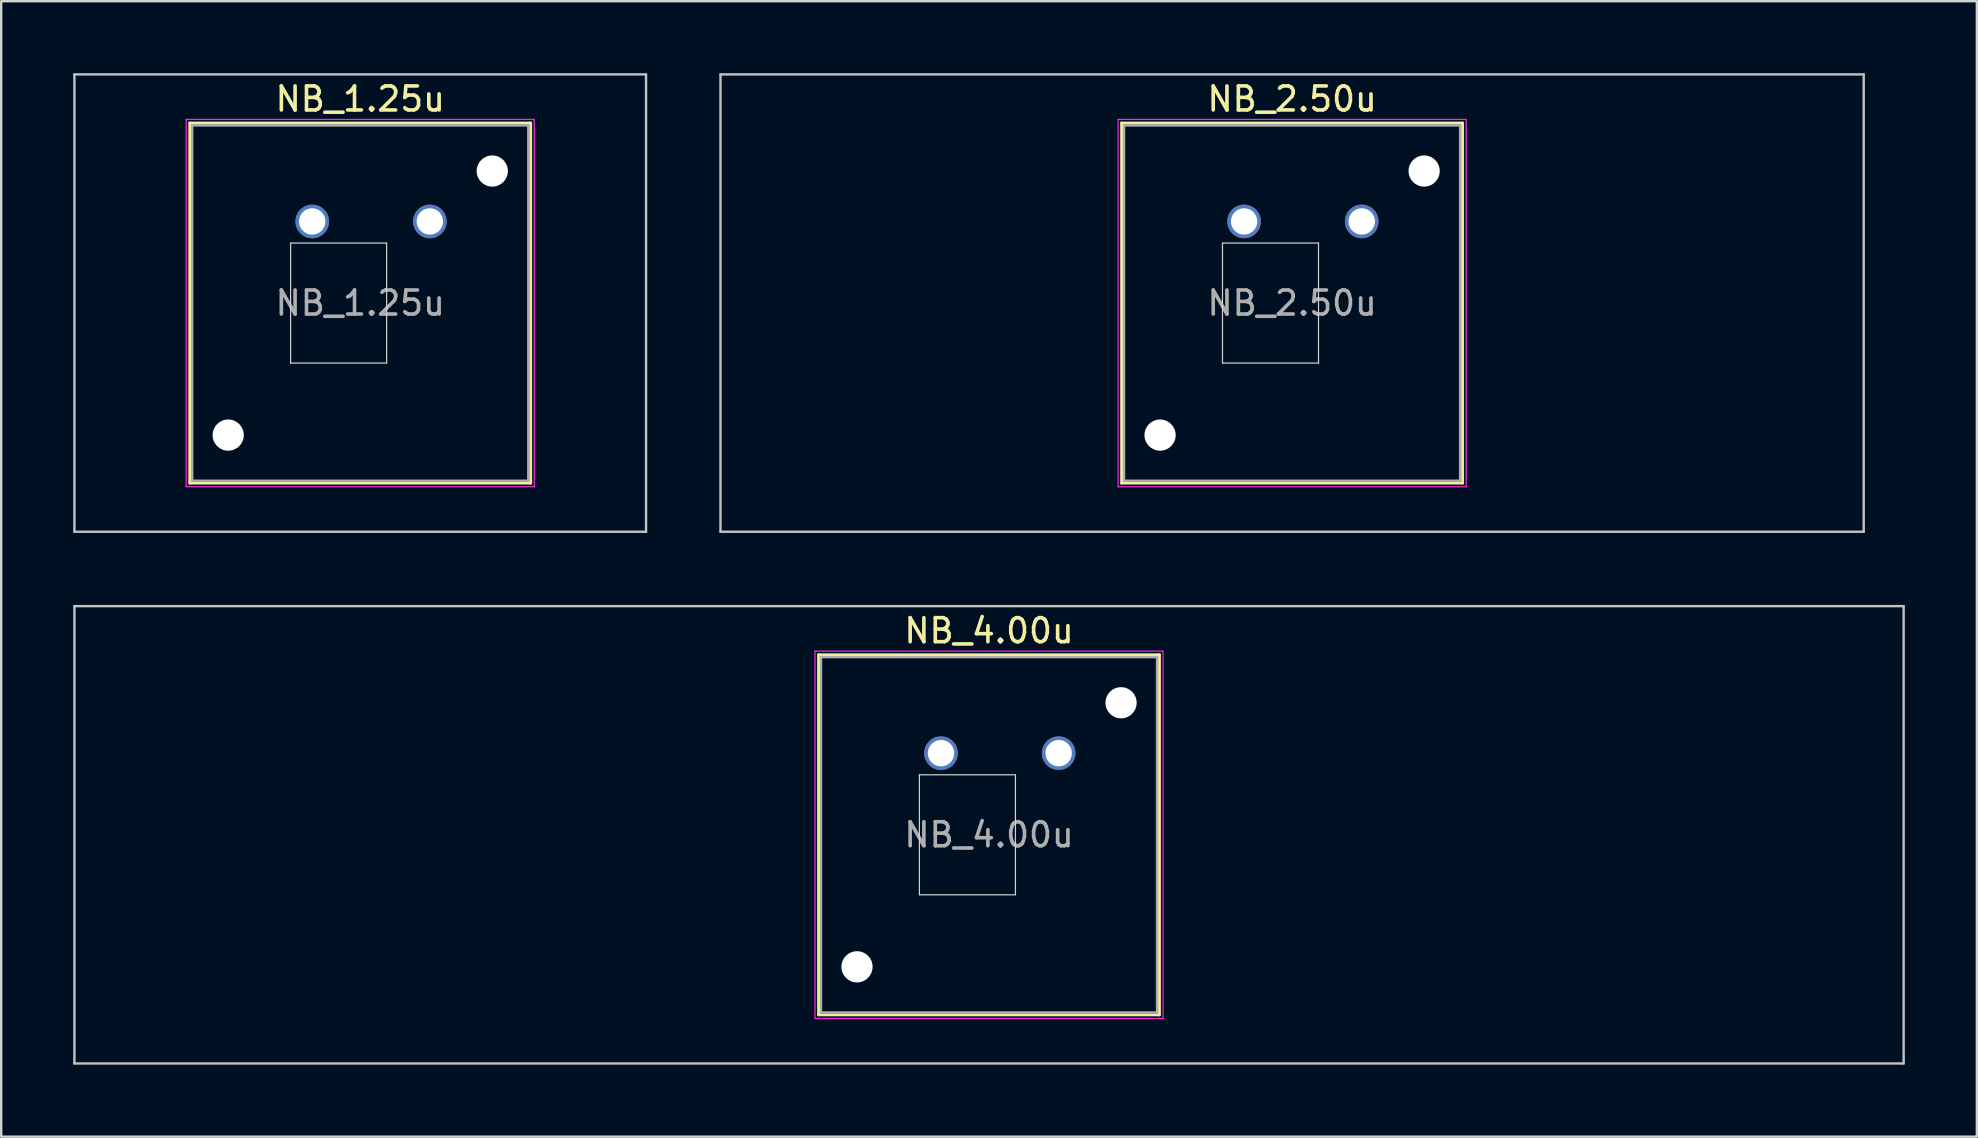
<source format=kicad_pcb>
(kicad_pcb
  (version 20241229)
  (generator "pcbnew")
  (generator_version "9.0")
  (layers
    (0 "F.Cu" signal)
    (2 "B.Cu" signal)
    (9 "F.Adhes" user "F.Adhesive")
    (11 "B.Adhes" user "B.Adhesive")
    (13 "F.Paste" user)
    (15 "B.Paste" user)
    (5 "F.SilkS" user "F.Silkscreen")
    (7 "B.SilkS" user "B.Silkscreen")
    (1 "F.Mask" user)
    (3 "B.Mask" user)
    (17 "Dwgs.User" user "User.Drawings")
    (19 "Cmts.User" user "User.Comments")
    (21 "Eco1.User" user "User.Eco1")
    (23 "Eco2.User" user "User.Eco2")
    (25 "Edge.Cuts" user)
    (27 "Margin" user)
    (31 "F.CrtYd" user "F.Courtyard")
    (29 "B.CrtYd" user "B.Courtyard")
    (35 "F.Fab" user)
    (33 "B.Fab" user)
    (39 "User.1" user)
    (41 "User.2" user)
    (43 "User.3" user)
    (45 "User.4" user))
  (footprint "NB_4.00u"
    (layer "F.Cu")
    (at 38.15 31.725)
    (property "Reference" "NB_4.00u" (at 0 -8.5 0) (layer "F.SilkS") (effects (font (size 1 1) (thickness 0.15))))
    (attr through_hole)
    (fp_line (start -7.1 -7.5) (end -7.1 7.5) (stroke (width 0.12) (type solid)) (layer "F.SilkS"))
    (fp_line (start -7.1 7.5) (end 7.1 7.5) (stroke (width 0.12) (type solid)) (layer "F.SilkS"))
    (fp_line (start 7.1 -7.5) (end -7.1 -7.5) (stroke (width 0.12) (type solid)) (layer "F.SilkS"))
    (fp_line (start 7.1 7.5) (end 7.1 -7.5) (stroke (width 0.12) (type solid)) (layer "F.SilkS"))
    (fp_line (start -38.1 -9.525) (end -38.1 9.525) (stroke (width 0.1) (type solid)) (layer "Dwgs.User"))
    (fp_line (start -38.1 9.525) (end 38.1 9.525) (stroke (width 0.1) (type solid)) (layer "Dwgs.User"))
    (fp_line (start 38.1 -9.525) (end -38.1 -9.525) (stroke (width 0.1) (type solid)) (layer "Dwgs.User"))
    (fp_line (start 38.1 9.525) (end 38.1 -9.525) (stroke (width 0.1) (type solid)) (layer "Dwgs.User"))
    (fp_line (start -8 -8) (end -8 8) (stroke (width 0.1) (type solid)) (layer "Eco1.User"))
    (fp_line (start -8 8) (end 8 8) (stroke (width 0.1) (type solid)) (layer "Eco1.User"))
    (fp_line (start 8 -8) (end -8 -8) (stroke (width 0.1) (type solid)) (layer "Eco1.User"))
    (fp_line (start 8 8) (end 8 -8) (stroke (width 0.1) (type solid)) (layer "Eco1.User"))
    (fp_line (start -2.9 -2.5) (end 1.1 -2.5) (stroke (width 0.05) (type solid)) (layer "Edge.Cuts"))
    (fp_line (start -2.9 2.5) (end -2.9 -2.5) (stroke (width 0.05) (type solid)) (layer "Edge.Cuts"))
    (fp_line (start 1.1 -2.5) (end 1.1 2.5) (stroke (width 0.05) (type solid)) (layer "Edge.Cuts"))
    (fp_line (start 1.1 2.5) (end -2.9 2.5) (stroke (width 0.05) (type solid)) (layer "Edge.Cuts"))
    (fp_line (start -7.25 -7.65) (end -7.25 7.65) (stroke (width 0.05) (type solid)) (layer "F.CrtYd"))
    (fp_line (start -7.25 7.65) (end 7.25 7.65) (stroke (width 0.05) (type solid)) (layer "F.CrtYd"))
    (fp_line (start 7.25 -7.65) (end -7.25 -7.65) (stroke (width 0.05) (type solid)) (layer "F.CrtYd"))
    (fp_line (start 7.25 7.65) (end 7.25 -7.65) (stroke (width 0.05) (type solid)) (layer "F.CrtYd"))
    (fp_line (start -7 -7.4) (end -7 7.4) (stroke (width 0.1) (type solid)) (layer "F.Fab"))
    (fp_line (start -7 7.4) (end 7 7.4) (stroke (width 0.1) (type solid)) (layer "F.Fab"))
    (fp_line (start 7 -7.4) (end -7 -7.4) (stroke (width 0.1) (type solid)) (layer "F.Fab"))
    (fp_line (start 7 7.4) (end 7 -7.4) (stroke (width 0.1) (type solid)) (layer "F.Fab"))
    (fp_text user "${REFERENCE}" (at 0 0 0) (layer "F.Fab") (effects (font (size 1 1) (thickness 0.15))))
    (pad "" np_thru_hole circle (at -5.5 5.5) (size 1.3 1.3) (drill 1.3) (layers "*.Cu" "*.Mask"))
    (pad "" np_thru_hole circle (at 5.5 -5.5) (size 1.3 1.3) (drill 1.3) (layers "*.Cu" "*.Mask"))
    (pad "1" thru_hole circle (at -2 -3.4) (size 1.4 1.4) (drill 1.1) (layers "*.Cu" "*.Mask"))
    (pad "2" thru_hole circle (at 2.9 -3.4) (size 1.4 1.4) (drill 1.1) (layers "*.Cu" "*.Mask")))
  (footprint "NB_2.50u"
    (layer "F.Cu")
    (at 50.775 9.575)
    (property "Reference" "NB_2.50u" (at 0 -8.5 0) (layer "F.SilkS") (effects (font (size 1 1) (thickness 0.15))))
    (attr through_hole)
    (fp_line (start -7.1 -7.5) (end -7.1 7.5) (stroke (width 0.12) (type solid)) (layer "F.SilkS"))
    (fp_line (start -7.1 7.5) (end 7.1 7.5) (stroke (width 0.12) (type solid)) (layer "F.SilkS"))
    (fp_line (start 7.1 -7.5) (end -7.1 -7.5) (stroke (width 0.12) (type solid)) (layer "F.SilkS"))
    (fp_line (start 7.1 7.5) (end 7.1 -7.5) (stroke (width 0.12) (type solid)) (layer "F.SilkS"))
    (fp_line (start -23.812 -9.525) (end -23.812 9.525) (stroke (width 0.1) (type solid)) (layer "Dwgs.User"))
    (fp_line (start -23.812 9.525) (end 23.812 9.525) (stroke (width 0.1) (type solid)) (layer "Dwgs.User"))
    (fp_line (start 23.812 -9.525) (end -23.812 -9.525) (stroke (width 0.1) (type solid)) (layer "Dwgs.User"))
    (fp_line (start 23.812 9.525) (end 23.812 -9.525) (stroke (width 0.1) (type solid)) (layer "Dwgs.User"))
    (fp_line (start -8 -8) (end -8 8) (stroke (width 0.1) (type solid)) (layer "Eco1.User"))
    (fp_line (start -8 8) (end 8 8) (stroke (width 0.1) (type solid)) (layer "Eco1.User"))
    (fp_line (start 8 -8) (end -8 -8) (stroke (width 0.1) (type solid)) (layer "Eco1.User"))
    (fp_line (start 8 8) (end 8 -8) (stroke (width 0.1) (type solid)) (layer "Eco1.User"))
    (fp_line (start -2.9 -2.5) (end 1.1 -2.5) (stroke (width 0.05) (type solid)) (layer "Edge.Cuts"))
    (fp_line (start -2.9 2.5) (end -2.9 -2.5) (stroke (width 0.05) (type solid)) (layer "Edge.Cuts"))
    (fp_line (start 1.1 -2.5) (end 1.1 2.5) (stroke (width 0.05) (type solid)) (layer "Edge.Cuts"))
    (fp_line (start 1.1 2.5) (end -2.9 2.5) (stroke (width 0.05) (type solid)) (layer "Edge.Cuts"))
    (fp_line (start -7.25 -7.65) (end -7.25 7.65) (stroke (width 0.05) (type solid)) (layer "F.CrtYd"))
    (fp_line (start -7.25 7.65) (end 7.25 7.65) (stroke (width 0.05) (type solid)) (layer "F.CrtYd"))
    (fp_line (start 7.25 -7.65) (end -7.25 -7.65) (stroke (width 0.05) (type solid)) (layer "F.CrtYd"))
    (fp_line (start 7.25 7.65) (end 7.25 -7.65) (stroke (width 0.05) (type solid)) (layer "F.CrtYd"))
    (fp_line (start -7 -7.4) (end -7 7.4) (stroke (width 0.1) (type solid)) (layer "F.Fab"))
    (fp_line (start -7 7.4) (end 7 7.4) (stroke (width 0.1) (type solid)) (layer "F.Fab"))
    (fp_line (start 7 -7.4) (end -7 -7.4) (stroke (width 0.1) (type solid)) (layer "F.Fab"))
    (fp_line (start 7 7.4) (end 7 -7.4) (stroke (width 0.1) (type solid)) (layer "F.Fab"))
    (fp_text user "${REFERENCE}" (at 0 0 0) (layer "F.Fab") (effects (font (size 1 1) (thickness 0.15))))
    (pad "" np_thru_hole circle (at -5.5 5.5) (size 1.3 1.3) (drill 1.3) (layers "*.Cu" "*.Mask"))
    (pad "" np_thru_hole circle (at 5.5 -5.5) (size 1.3 1.3) (drill 1.3) (layers "*.Cu" "*.Mask"))
    (pad "1" thru_hole circle (at -2 -3.4) (size 1.4 1.4) (drill 1.1) (layers "*.Cu" "*.Mask"))
    (pad "2" thru_hole circle (at 2.9 -3.4) (size 1.4 1.4) (drill 1.1) (layers "*.Cu" "*.Mask")))
  (footprint "NB_1.25u"
    (layer "F.Cu")
    (at 11.956 9.575)
    (property "Reference" "NB_1.25u" (at 0 -8.5 0) (layer "F.SilkS") (effects (font (size 1 1) (thickness 0.15))))
    (attr through_hole)
    (fp_line (start -7.1 -7.5) (end -7.1 7.5) (stroke (width 0.12) (type solid)) (layer "F.SilkS"))
    (fp_line (start -7.1 7.5) (end 7.1 7.5) (stroke (width 0.12) (type solid)) (layer "F.SilkS"))
    (fp_line (start 7.1 -7.5) (end -7.1 -7.5) (stroke (width 0.12) (type solid)) (layer "F.SilkS"))
    (fp_line (start 7.1 7.5) (end 7.1 -7.5) (stroke (width 0.12) (type solid)) (layer "F.SilkS"))
    (fp_line (start -11.906 -9.525) (end -11.906 9.525) (stroke (width 0.1) (type solid)) (layer "Dwgs.User"))
    (fp_line (start -11.906 9.525) (end 11.906 9.525) (stroke (width 0.1) (type solid)) (layer "Dwgs.User"))
    (fp_line (start 11.906 -9.525) (end -11.906 -9.525) (stroke (width 0.1) (type solid)) (layer "Dwgs.User"))
    (fp_line (start 11.906 9.525) (end 11.906 -9.525) (stroke (width 0.1) (type solid)) (layer "Dwgs.User"))
    (fp_line (start -8 -8) (end -8 8) (stroke (width 0.1) (type solid)) (layer "Eco1.User"))
    (fp_line (start -8 8) (end 8 8) (stroke (width 0.1) (type solid)) (layer "Eco1.User"))
    (fp_line (start 8 -8) (end -8 -8) (stroke (width 0.1) (type solid)) (layer "Eco1.User"))
    (fp_line (start 8 8) (end 8 -8) (stroke (width 0.1) (type solid)) (layer "Eco1.User"))
    (fp_line (start -2.9 -2.5) (end 1.1 -2.5) (stroke (width 0.05) (type solid)) (layer "Edge.Cuts"))
    (fp_line (start -2.9 2.5) (end -2.9 -2.5) (stroke (width 0.05) (type solid)) (layer "Edge.Cuts"))
    (fp_line (start 1.1 -2.5) (end 1.1 2.5) (stroke (width 0.05) (type solid)) (layer "Edge.Cuts"))
    (fp_line (start 1.1 2.5) (end -2.9 2.5) (stroke (width 0.05) (type solid)) (layer "Edge.Cuts"))
    (fp_line (start -7.25 -7.65) (end -7.25 7.65) (stroke (width 0.05) (type solid)) (layer "F.CrtYd"))
    (fp_line (start -7.25 7.65) (end 7.25 7.65) (stroke (width 0.05) (type solid)) (layer "F.CrtYd"))
    (fp_line (start 7.25 -7.65) (end -7.25 -7.65) (stroke (width 0.05) (type solid)) (layer "F.CrtYd"))
    (fp_line (start 7.25 7.65) (end 7.25 -7.65) (stroke (width 0.05) (type solid)) (layer "F.CrtYd"))
    (fp_line (start -7 -7.4) (end -7 7.4) (stroke (width 0.1) (type solid)) (layer "F.Fab"))
    (fp_line (start -7 7.4) (end 7 7.4) (stroke (width 0.1) (type solid)) (layer "F.Fab"))
    (fp_line (start 7 -7.4) (end -7 -7.4) (stroke (width 0.1) (type solid)) (layer "F.Fab"))
    (fp_line (start 7 7.4) (end 7 -7.4) (stroke (width 0.1) (type solid)) (layer "F.Fab"))
    (fp_text user "${REFERENCE}" (at 0 0 0) (layer "F.Fab") (effects (font (size 1 1) (thickness 0.15))))
    (pad "" np_thru_hole circle (at -5.5 5.5) (size 1.3 1.3) (drill 1.3) (layers "*.Cu" "*.Mask"))
    (pad "" np_thru_hole circle (at 5.5 -5.5) (size 1.3 1.3) (drill 1.3) (layers "*.Cu" "*.Mask"))
    (pad "1" thru_hole circle (at -2 -3.4) (size 1.4 1.4) (drill 1.1) (layers "*.Cu" "*.Mask"))
    (pad "2" thru_hole circle (at 2.9 -3.4) (size 1.4 1.4) (drill 1.1) (layers "*.Cu" "*.Mask")))
  (gr_rect
    (start -3 -3)
    (end 79.3 44.3)
    (stroke (width 0.1) (type default))
    (fill no)
    (layer "Edge.Cuts")))
</source>
